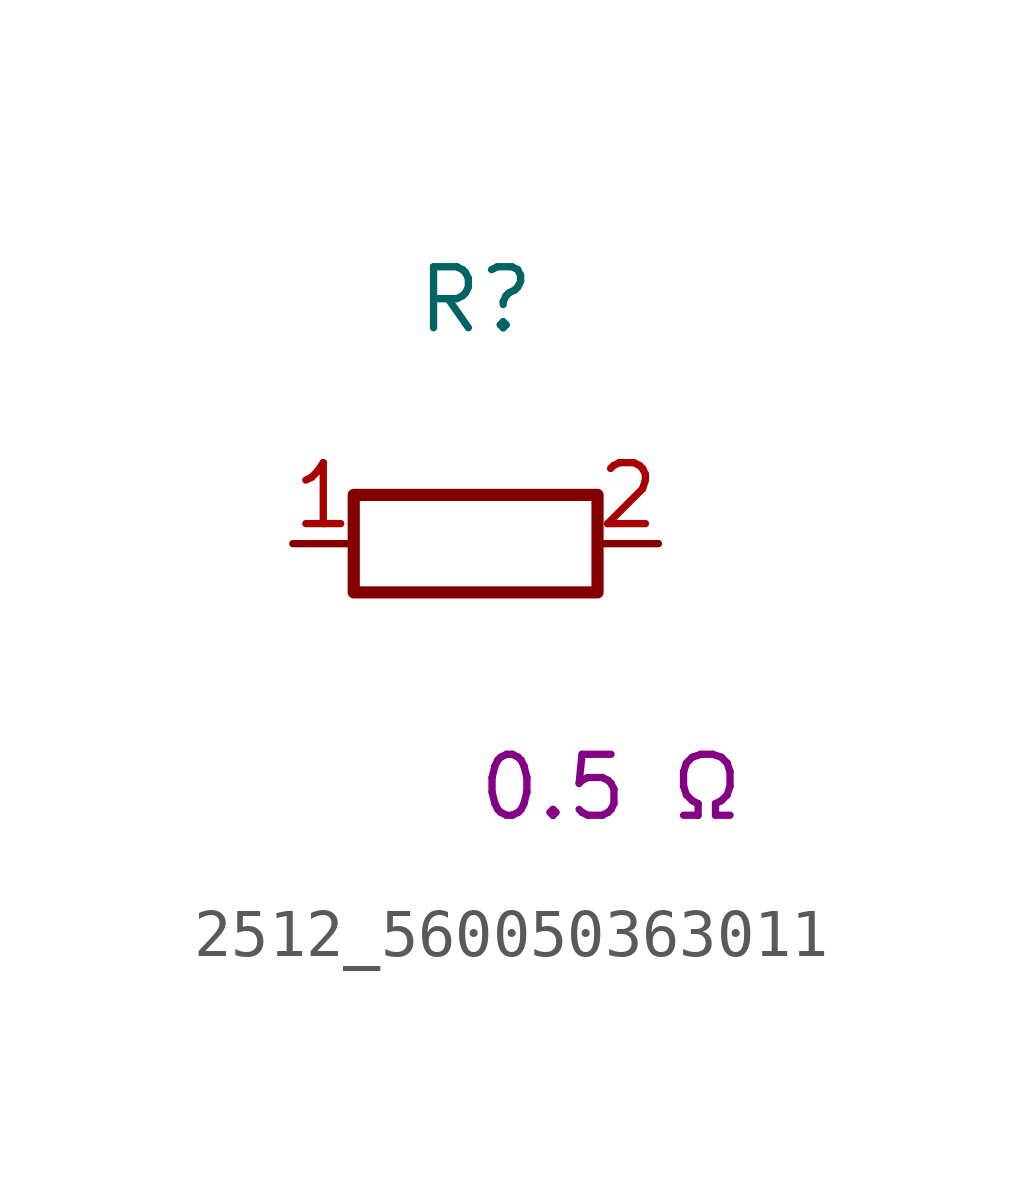
<source format=kicad_sym>
(kicad_symbol_lib
  (version 20220914)
  (generator kicad_symbol_editor)
  (symbol "2512_560050363011"
    (pin_names hide)
    (property "Reference" "R"
      (at 0 5.08 0)
      (effects (font (size 1.27 1.27))))
    (property "Critical Parameter" "0.5 Ω"
      (at 0 -5.08 0)
      (effects (font (size 1.27 1.27)) (justify left)))
    (symbol "2512_560050363011_0_1"
      (rectangle (start -2.54 -1.016) (end 2.54 1.016) (stroke (width 0.254) (type default)) (fill (type none))))
    (symbol "2512_560050363011_1_1"
      (pin passive line (at -3.81 0 0) (length 1.27) (name "~" (effects (font (size 1.27 1.27)))) (number "1" (effects (font (size 1.27 1.27)))))
      (pin passive line (at 3.81 0 180) (length 1.27) (name "~" (effects (font (size 1.27 1.27)))) (number "2" (effects (font (size 1.27 1.27))))))))
</source>
